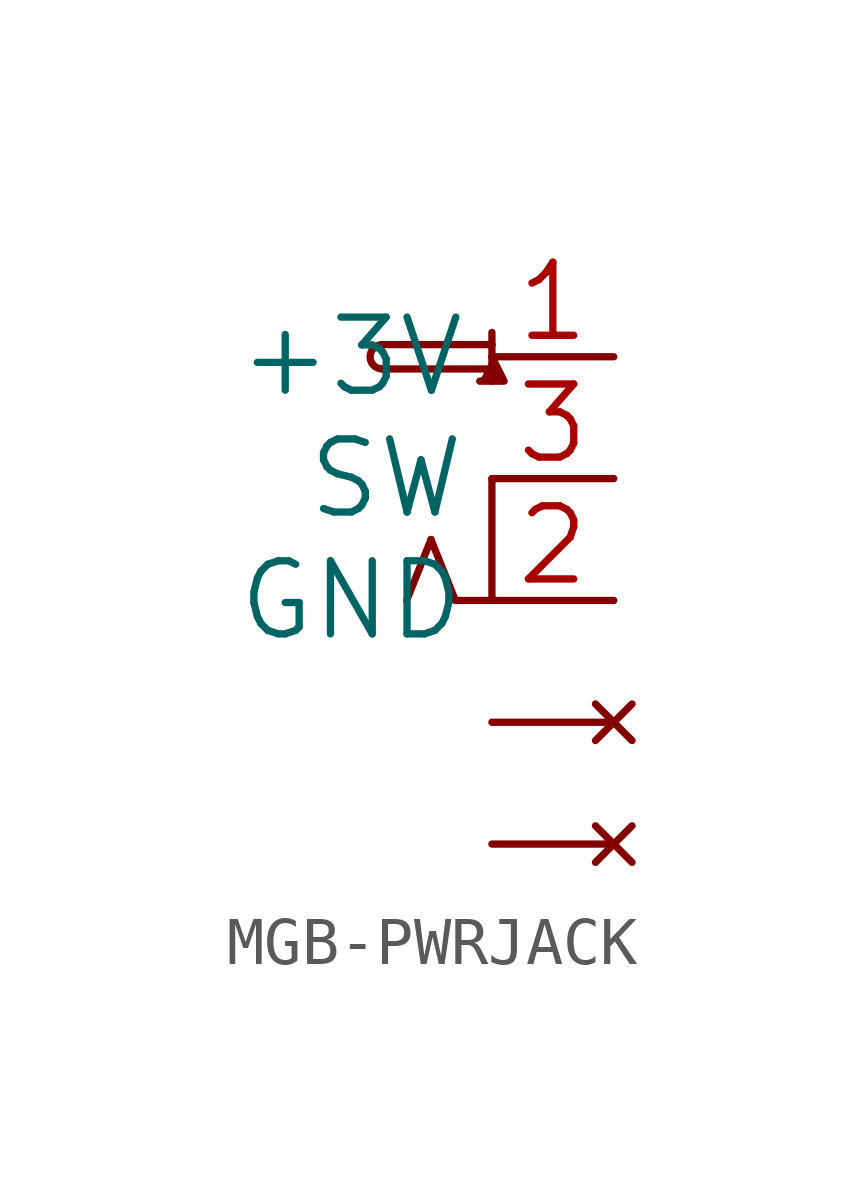
<source format=kicad_sym>
(kicad_symbol_lib
  (version 20241209)
  (generator "kicad_symbol_editor")
  (generator_version "9.0")
  (symbol "MGB-PWRJACK"
    (property "Reference" ""
      (at 0 0 0)
      (effects (font (size 1.27 1.27)) (hide yes)))
    (property "ki_locked" ""
      (at 0 0 0)
      (effects (font (size 1.27 1.27))))
    (symbol "MGB-PWRJACK_1_0"
      (polyline (pts (xy -2.286 2.794) (xy 0 2.794)) (stroke (width 0.152) (type solid)) (fill (type none)))
      (arc (start -2.286 2.286) (mid -2.54 2.54) (end -2.286 2.794) (stroke (width 0.1524) (type solid)) (fill (type none)))
      (polyline (pts (xy -2.286 2.286) (xy 0 2.286)) (stroke (width 0.152) (type solid)) (fill (type none)))
      (polyline (pts (xy -1.27 -1.27) (xy -1.778 -2.54)) (stroke (width 0.152) (type solid)) (fill (type none)))
      (polyline (pts (xy -0.762 -2.54) (xy -1.27 -1.27)) (stroke (width 0.152) (type solid)) (fill (type none)))
      (polyline (pts (xy 0 2.794) (xy 0 3.048)) (stroke (width 0.152) (type solid)) (fill (type none)))
      (polyline (pts (xy 0 2.54) (xy 0.254 2.032) (xy -0.254 2.032)) (stroke (width 0.152) (type solid)) (fill (type outline)))
      (polyline (pts (xy 0 2.286) (xy 0 2.794)) (stroke (width 0.152) (type solid)) (fill (type none)))
      (polyline (pts (xy 0 2.032) (xy 0 2.286)) (stroke (width 0.152) (type solid)) (fill (type none)))
      (polyline (pts (xy 0 0) (xy 0 -2.54)) (stroke (width 0.152) (type solid)) (fill (type none)))
      (polyline (pts (xy 0 -2.54) (xy -0.762 -2.54)) (stroke (width 0.152) (type solid)) (fill (type none)))
      (pin bidirectional line (at 2.54 2.54 180) (length 2.54) (name "+3V" (effects (font (size 1.524 1.524)))) (number "1" (effects (font (size 1.524 1.524)))))
      (pin bidirectional line (at 2.54 0 180) (length 2.54) (name "SW" (effects (font (size 1.524 1.524)))) (number "3" (effects (font (size 1.524 1.524)))))
      (pin bidirectional line (at 2.54 -2.54 180) (length 2.54) (name "GND" (effects (font (size 1.524 1.524)))) (number "2" (effects (font (size 1.524 1.524)))))
      (pin no_connect line (at 2.54 -5.08 180) (length 2.54) (name "GND1" (effects (font (size 0 0)))) (number "4" (effects (font (size 0 0)))))
      (pin no_connect line (at 2.54 -7.62 180) (length 2.54) (name "GND2" (effects (font (size 0 0)))) (number "5" (effects (font (size 0 0))))))))
</source>
